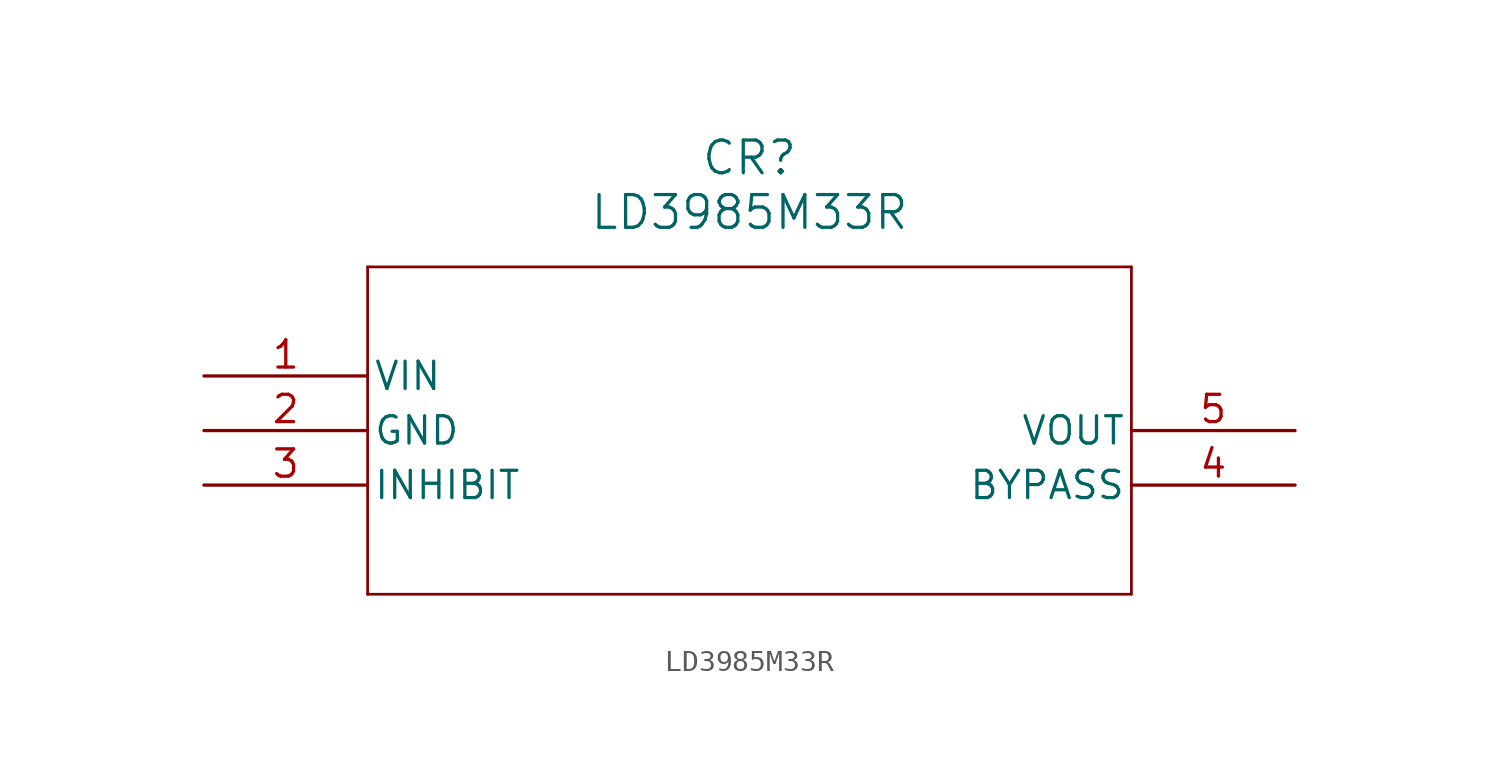
<source format=kicad_sym>
(kicad_symbol_lib
  (version 20231120)
  (generator "kicad_symbol_editor")
  (generator_version "8.0")
  (symbol "LD3985M33R"
    (pin_names
      (offset 0.254))
    (property "Reference" "CR"
      (at 25.4 10.16 0)
      (effects (font (size 1.524 1.524))))
    (property "Value" "LD3985M33R"
      (at 25.4 7.62 0)
      (effects (font (size 1.524 1.524))))
    (property "ki_locked" ""
      (at 0 0 0)
      (effects (font (size 1.27 1.27))))
    (symbol "LD3985M33R_0_1"
      (polyline (pts (xy 7.62 -10.16) (xy 43.18 -10.16)) (stroke (width 0.127) (type default)) (fill (type none)))
      (polyline (pts (xy 7.62 5.08) (xy 7.62 -10.16)) (stroke (width 0.127) (type default)) (fill (type none)))
      (polyline (pts (xy 43.18 -10.16) (xy 43.18 5.08)) (stroke (width 0.127) (type default)) (fill (type none)))
      (polyline (pts (xy 43.18 5.08) (xy 7.62 5.08)) (stroke (width 0.127) (type default)) (fill (type none)))
      (pin power_in line (at 0 0 0) (length 7.62) (name "VIN" (effects (font (size 1.27 1.27)))) (number "1" (effects (font (size 1.27 1.27)))))
      (pin power_out line (at 0 -2.54 0) (length 7.62) (name "GND" (effects (font (size 1.27 1.27)))) (number "2" (effects (font (size 1.27 1.27)))))
      (pin input line (at 0 -5.08 0) (length 7.62) (name "INHIBIT" (effects (font (size 1.27 1.27)))) (number "3" (effects (font (size 1.27 1.27)))))
      (pin unspecified line (at 50.8 -5.08 180) (length 7.62) (name "BYPASS" (effects (font (size 1.27 1.27)))) (number "4" (effects (font (size 1.27 1.27)))))
      (pin power_in line (at 50.8 -2.54 180) (length 7.62) (name "VOUT" (effects (font (size 1.27 1.27)))) (number "5" (effects (font (size 1.27 1.27))))))))
</source>
